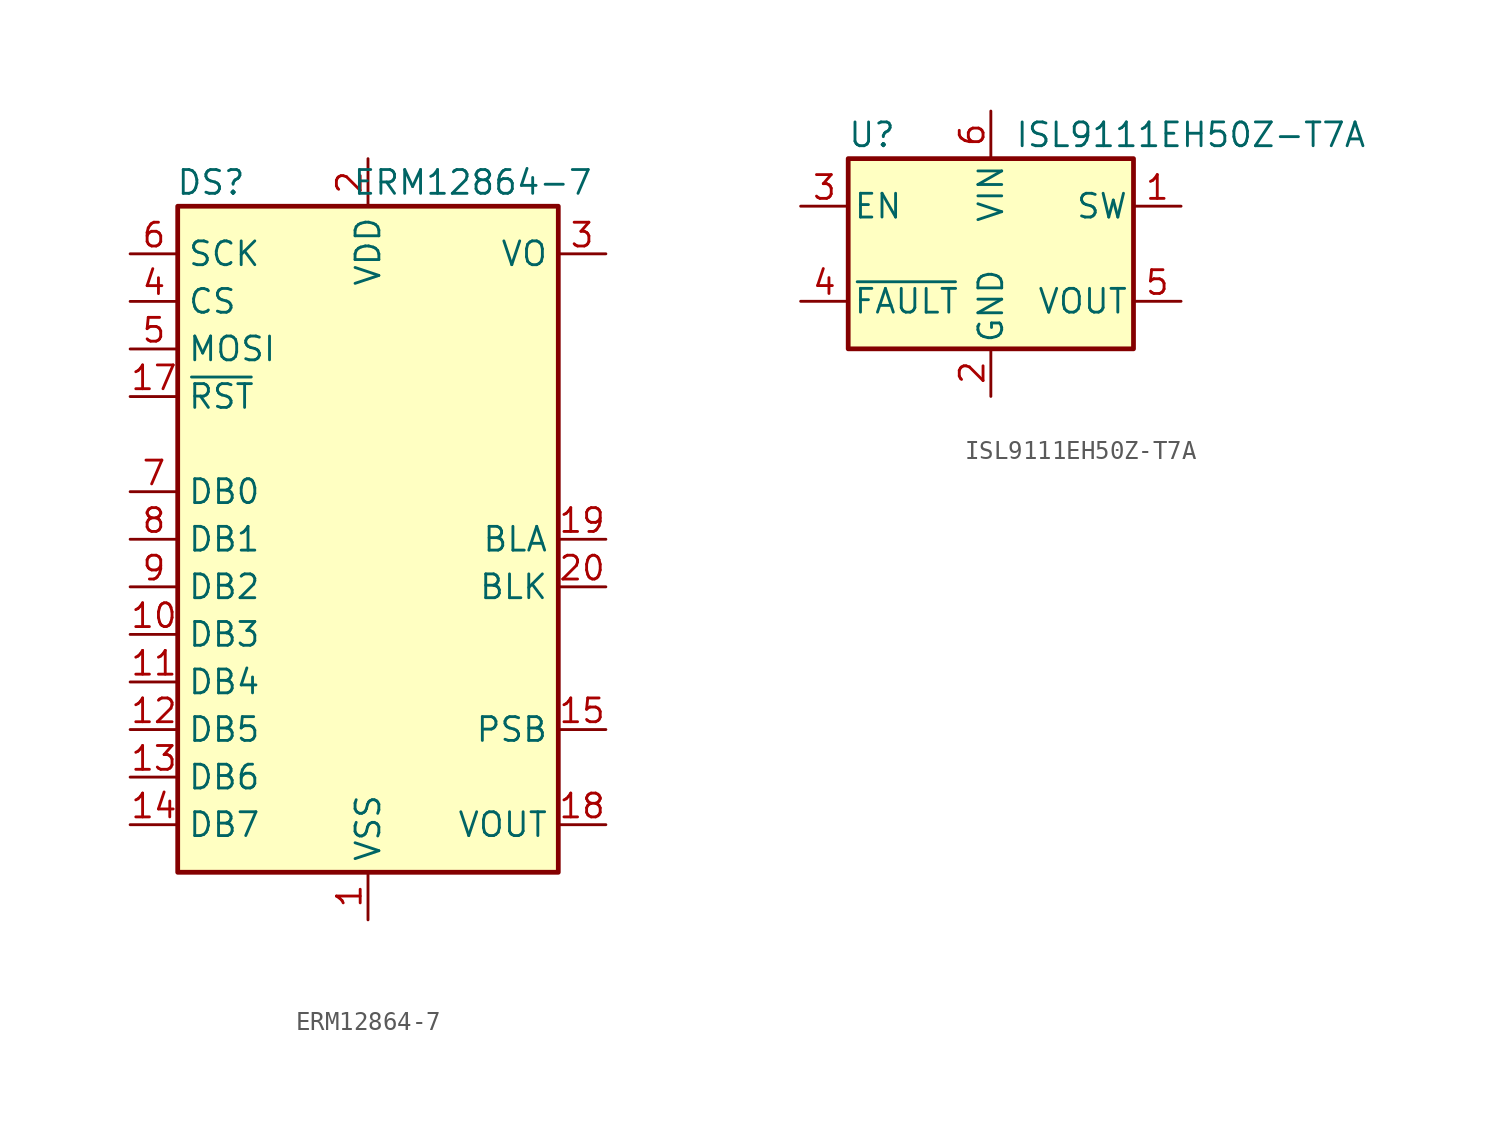
<source format=kicad_sym>
(kicad_symbol_lib
  (version 20241209)
  (generator "kicad_symbol_editor")
  (generator_version "9.0")
  (symbol "ERM12864-7"
    (property "Reference" "DS"
      (at -8.382 19.05 0)
      (effects (font (size 1.27 1.27))))
    (property "Value" "ERM12864-7"
      (at 5.588 19.05 0)
      (effects (font (size 1.27 1.27))))
    (symbol "ERM12864-7_0_1"
      (rectangle (start -10.16 17.78) (end 10.16 -17.78) (stroke (width 0.254) (type default)) (fill (type background))))
    (symbol "ERM12864-7_1_0"
      (pin power_out line (at 12.7 -15.24 180) (length 2.54) (name "VOUT" (effects (font (size 1.27 1.27)))) (number "18" (effects (font (size 1.27 1.27))))))
    (symbol "ERM12864-7_1_1"
      (pin input line (at -12.7 15.24 0) (length 2.54) (name "SCK" (effects (font (size 1.27 1.27)))) (number "6" (effects (font (size 1.27 1.27)))))
      (pin input line (at -12.7 12.7 0) (length 2.54) (name "CS" (effects (font (size 1.27 1.27)))) (number "4" (effects (font (size 1.27 1.27)))))
      (pin input line (at -12.7 10.16 0) (length 2.54) (name "MOSI" (effects (font (size 1.27 1.27)))) (number "5" (effects (font (size 1.27 1.27)))))
      (pin input line (at -12.7 7.62 0) (length 2.54) (name "~{RST}" (effects (font (size 1.27 1.27)))) (number "17" (effects (font (size 1.27 1.27)))))
      (pin bidirectional line (at -12.7 2.54 0) (length 2.54) (name "DB0" (effects (font (size 1.27 1.27)))) (number "7" (effects (font (size 1.27 1.27)))))
      (pin bidirectional line (at -12.7 0 0) (length 2.54) (name "DB1" (effects (font (size 1.27 1.27)))) (number "8" (effects (font (size 1.27 1.27)))))
      (pin bidirectional line (at -12.7 -2.54 0) (length 2.54) (name "DB2" (effects (font (size 1.27 1.27)))) (number "9" (effects (font (size 1.27 1.27)))))
      (pin bidirectional line (at -12.7 -5.08 0) (length 2.54) (name "DB3" (effects (font (size 1.27 1.27)))) (number "10" (effects (font (size 1.27 1.27)))))
      (pin bidirectional line (at -12.7 -7.62 0) (length 2.54) (name "DB4" (effects (font (size 1.27 1.27)))) (number "11" (effects (font (size 1.27 1.27)))))
      (pin bidirectional line (at -12.7 -10.16 0) (length 2.54) (name "DB5" (effects (font (size 1.27 1.27)))) (number "12" (effects (font (size 1.27 1.27)))))
      (pin bidirectional line (at -12.7 -12.7 0) (length 2.54) (name "DB6" (effects (font (size 1.27 1.27)))) (number "13" (effects (font (size 1.27 1.27)))))
      (pin bidirectional line (at -12.7 -15.24 0) (length 2.54) (name "DB7" (effects (font (size 1.27 1.27)))) (number "14" (effects (font (size 1.27 1.27)))))
      (pin power_in line (at 0 20.32 270) (length 2.54) (name "VDD" (effects (font (size 1.27 1.27)))) (number "2" (effects (font (size 1.27 1.27)))))
      (pin power_in line (at 0 -20.32 90) (length 2.54) (name "VSS" (effects (font (size 1.27 1.27)))) (number "1" (effects (font (size 1.27 1.27)))))
      (pin passive line (at 12.7 15.24 180) (length 2.54) (name "VO" (effects (font (size 1.27 1.27)))) (number "3" (effects (font (size 1.27 1.27)))))
      (pin power_in line (at 12.7 0 180) (length 2.54) (name "BLA" (effects (font (size 1.27 1.27)))) (number "19" (effects (font (size 1.27 1.27)))))
      (pin power_in line (at 12.7 -2.54 180) (length 2.54) (name "BLK" (effects (font (size 1.27 1.27)))) (number "20" (effects (font (size 1.27 1.27)))))
      (pin passive line (at 12.7 -10.16 180) (length 2.54) (name "PSB" (effects (font (size 1.27 1.27)))) (number "15" (effects (font (size 1.27 1.27)))))))
  (symbol "ISL9111EH50Z-T7A"
    (pin_names
      (offset 0.254))
    (property "Reference" "U"
      (at -6.35 6.35 0)
      (effects (font (size 1.27 1.27))))
    (property "Value" "ISL9111EH50Z-T7A"
      (at 1.27 6.35 0)
      (effects (font (size 1.27 1.27)) (justify left)))
    (symbol "ISL9111EH50Z-T7A_0_1"
      (rectangle (start -7.62 5.08) (end 7.62 -5.08) (stroke (width 0.254) (type default)) (fill (type background))))
    (symbol "ISL9111EH50Z-T7A_1_1"
      (pin input line (at -10.16 2.54 0) (length 2.54) (name "EN" (effects (font (size 1.27 1.27)))) (number "3" (effects (font (size 1.27 1.27)))))
      (pin output line (at -10.16 -2.54 0) (length 2.54) (name "~{FAULT}" (effects (font (size 1.27 1.27)))) (number "4" (effects (font (size 1.27 1.27)))))
      (pin power_in line (at 0 7.62 270) (length 2.54) (name "VIN" (effects (font (size 1.27 1.27)))) (number "6" (effects (font (size 1.27 1.27)))))
      (pin power_in line (at 0 -7.62 90) (length 2.54) (name "GND" (effects (font (size 1.27 1.27)))) (number "2" (effects (font (size 1.27 1.27)))))
      (pin input line (at 10.16 2.54 180) (length 2.54) (name "SW" (effects (font (size 1.27 1.27)))) (number "1" (effects (font (size 1.27 1.27)))))
      (pin power_out line (at 10.16 -2.54 180) (length 2.54) (name "VOUT" (effects (font (size 1.27 1.27)))) (number "5" (effects (font (size 1.27 1.27))))))))
</source>
